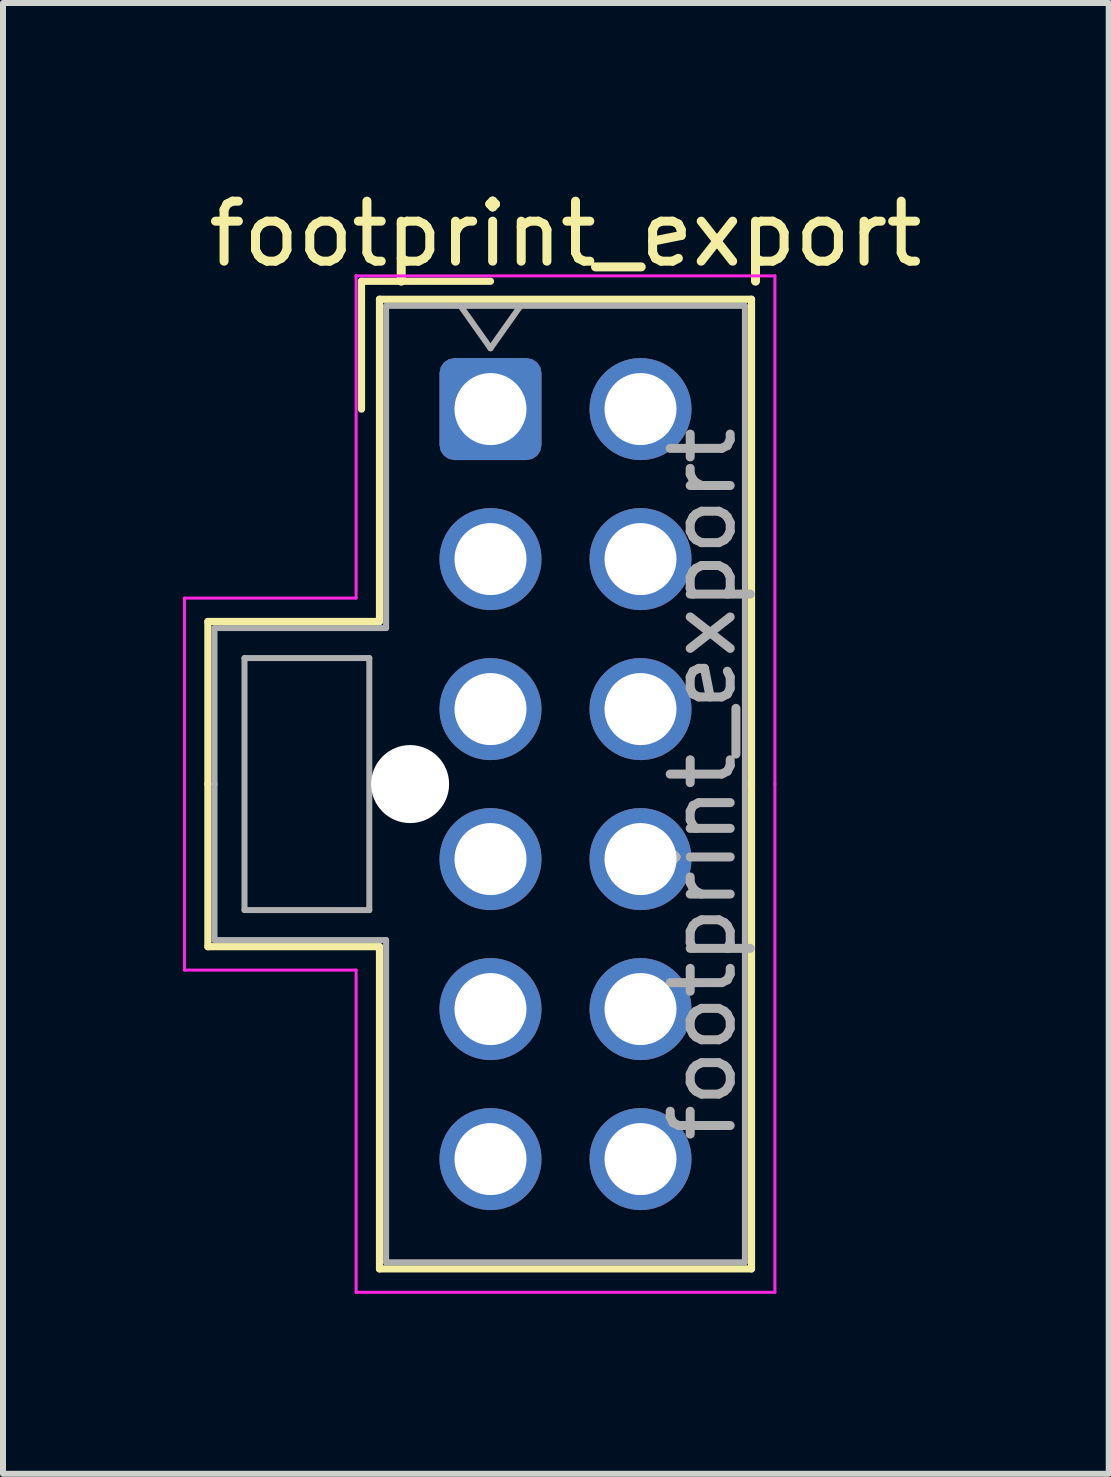
<source format=kicad_pcb>
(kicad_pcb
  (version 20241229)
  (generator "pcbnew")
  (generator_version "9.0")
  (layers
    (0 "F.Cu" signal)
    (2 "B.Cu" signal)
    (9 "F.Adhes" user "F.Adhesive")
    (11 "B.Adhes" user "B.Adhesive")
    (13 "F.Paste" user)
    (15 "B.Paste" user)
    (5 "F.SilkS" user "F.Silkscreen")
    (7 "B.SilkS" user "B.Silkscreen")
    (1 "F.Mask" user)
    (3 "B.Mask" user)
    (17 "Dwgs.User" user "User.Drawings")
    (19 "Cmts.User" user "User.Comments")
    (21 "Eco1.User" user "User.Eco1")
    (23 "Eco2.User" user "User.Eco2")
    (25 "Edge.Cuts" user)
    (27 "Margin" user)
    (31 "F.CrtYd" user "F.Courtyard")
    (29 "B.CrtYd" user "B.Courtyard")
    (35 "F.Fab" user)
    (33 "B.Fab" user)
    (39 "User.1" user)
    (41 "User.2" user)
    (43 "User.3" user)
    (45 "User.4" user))
  (footprint "footprint_export"
    (layer "F.Cu")
    (at 5.125 3.768)
    (property "Reference" "footprint_export" (at 1.25 -2.92 0) (layer "F.SilkS") (effects (font (size 1 1) (thickness 0.15))))
    (attr through_hole)
    (fp_line (start -4.71 3.54) (end -4.71 6.25) (stroke (width 0.12) (type solid)) (layer "F.SilkS"))
    (fp_line (start -4.71 8.96) (end -4.71 6.25) (stroke (width 0.12) (type solid)) (layer "F.SilkS"))
    (fp_line (start -2.15 -2.13) (end -2.15 0) (stroke (width 0.12) (type solid)) (layer "F.SilkS"))
    (fp_line (start -1.85 -1.83) (end -1.85 3.54) (stroke (width 0.12) (type solid)) (layer "F.SilkS"))
    (fp_line (start -1.85 3.54) (end -4.71 3.54) (stroke (width 0.12) (type solid)) (layer "F.SilkS"))
    (fp_line (start -1.85 8.96) (end -4.71 8.96) (stroke (width 0.12) (type solid)) (layer "F.SilkS"))
    (fp_line (start -1.85 14.33) (end -1.85 8.96) (stroke (width 0.12) (type solid)) (layer "F.SilkS"))
    (fp_line (start 0 -2.13) (end -2.15 -2.13) (stroke (width 0.12) (type solid)) (layer "F.SilkS"))
    (fp_line (start 4.35 -1.83) (end -1.85 -1.83) (stroke (width 0.12) (type solid)) (layer "F.SilkS"))
    (fp_line (start 4.35 6.25) (end 4.35 -1.83) (stroke (width 0.12) (type solid)) (layer "F.SilkS"))
    (fp_line (start 4.35 6.25) (end 4.35 14.33) (stroke (width 0.12) (type solid)) (layer "F.SilkS"))
    (fp_line (start 4.35 14.33) (end -1.85 14.33) (stroke (width 0.12) (type solid)) (layer "F.SilkS"))
    (fp_line (start -5.1 3.15) (end -5.1 6.25) (stroke (width 0.05) (type solid)) (layer "F.CrtYd"))
    (fp_line (start -5.1 9.35) (end -5.1 6.25) (stroke (width 0.05) (type solid)) (layer "F.CrtYd"))
    (fp_line (start -2.24 -2.22) (end -2.24 3.15) (stroke (width 0.05) (type solid)) (layer "F.CrtYd"))
    (fp_line (start -2.24 3.15) (end -5.1 3.15) (stroke (width 0.05) (type solid)) (layer "F.CrtYd"))
    (fp_line (start -2.24 9.35) (end -5.1 9.35) (stroke (width 0.05) (type solid)) (layer "F.CrtYd"))
    (fp_line (start -2.24 14.72) (end -2.24 9.35) (stroke (width 0.05) (type solid)) (layer "F.CrtYd"))
    (fp_line (start 4.74 -2.22) (end -2.24 -2.22) (stroke (width 0.05) (type solid)) (layer "F.CrtYd"))
    (fp_line (start 4.74 6.25) (end 4.74 -2.22) (stroke (width 0.05) (type solid)) (layer "F.CrtYd"))
    (fp_line (start 4.74 6.25) (end 4.74 14.72) (stroke (width 0.05) (type solid)) (layer "F.CrtYd"))
    (fp_line (start 4.74 14.72) (end -2.24 14.72) (stroke (width 0.05) (type solid)) (layer "F.CrtYd"))
    (fp_line (start -4.6 3.65) (end -4.6 6.25) (stroke (width 0.1) (type solid)) (layer "F.Fab"))
    (fp_line (start -4.6 8.85) (end -4.6 6.25) (stroke (width 0.1) (type solid)) (layer "F.Fab"))
    (fp_line (start -4.1 4.15) (end -4.1 8.35) (stroke (width 0.1) (type solid)) (layer "F.Fab"))
    (fp_line (start -4.1 8.35) (end -2.02 8.35) (stroke (width 0.1) (type solid)) (layer "F.Fab"))
    (fp_line (start -2.02 4.15) (end -4.1 4.15) (stroke (width 0.1) (type solid)) (layer "F.Fab"))
    (fp_line (start -2.02 8.35) (end -2.02 4.15) (stroke (width 0.1) (type solid)) (layer "F.Fab"))
    (fp_line (start -1.74 -1.72) (end -1.74 3.65) (stroke (width 0.1) (type solid)) (layer "F.Fab"))
    (fp_line (start -1.74 3.65) (end -4.6 3.65) (stroke (width 0.1) (type solid)) (layer "F.Fab"))
    (fp_line (start -1.74 8.85) (end -4.6 8.85) (stroke (width 0.1) (type solid)) (layer "F.Fab"))
    (fp_line (start -1.74 14.22) (end -1.74 8.85) (stroke (width 0.1) (type solid)) (layer "F.Fab"))
    (fp_line (start -0.5 -1.72) (end 0 -1.013) (stroke (width 0.1) (type solid)) (layer "F.Fab"))
    (fp_line (start 0 -1.013) (end 0.5 -1.72) (stroke (width 0.1) (type solid)) (layer "F.Fab"))
    (fp_line (start 4.24 -1.72) (end -1.74 -1.72) (stroke (width 0.1) (type solid)) (layer "F.Fab"))
    (fp_line (start 4.24 6.25) (end 4.24 -1.72) (stroke (width 0.1) (type solid)) (layer "F.Fab"))
    (fp_line (start 4.24 6.25) (end 4.24 14.22) (stroke (width 0.1) (type solid)) (layer "F.Fab"))
    (fp_line (start 4.24 14.22) (end -1.74 14.22) (stroke (width 0.1) (type solid)) (layer "F.Fab"))
    (fp_text user "${REFERENCE}" (at 3.54 6.25 90) (layer "F.Fab") (effects (font (size 1 1) (thickness 0.15))))
    (pad "" np_thru_hole circle (at -1.34 6.25) (size 1.3 1.3) (drill 1.3) (layers "*.Cu" "*.Mask"))
    (pad "1" thru_hole roundrect (at 0 0) (size 1.7 1.7) (drill 1.2) (layers "*.Cu" "*.Mask") (roundrect_rratio 0.147))
    (pad "2" thru_hole circle (at 0 2.5) (size 1.7 1.7) (drill 1.2) (layers "*.Cu" "*.Mask"))
    (pad "3" thru_hole circle (at 0 5) (size 1.7 1.7) (drill 1.2) (layers "*.Cu" "*.Mask"))
    (pad "4" thru_hole circle (at 0 7.5) (size 1.7 1.7) (drill 1.2) (layers "*.Cu" "*.Mask"))
    (pad "5" thru_hole circle (at 0 10) (size 1.7 1.7) (drill 1.2) (layers "*.Cu" "*.Mask"))
    (pad "6" thru_hole circle (at 0 12.5) (size 1.7 1.7) (drill 1.2) (layers "*.Cu" "*.Mask"))
    (pad "7" thru_hole circle (at 2.5 0) (size 1.7 1.7) (drill 1.2) (layers "*.Cu" "*.Mask"))
    (pad "8" thru_hole circle (at 2.5 2.5) (size 1.7 1.7) (drill 1.2) (layers "*.Cu" "*.Mask"))
    (pad "9" thru_hole circle (at 2.5 5) (size 1.7 1.7) (drill 1.2) (layers "*.Cu" "*.Mask"))
    (pad "10" thru_hole circle (at 2.5 7.5) (size 1.7 1.7) (drill 1.2) (layers "*.Cu" "*.Mask"))
    (pad "11" thru_hole circle (at 2.5 10) (size 1.7 1.7) (drill 1.2) (layers "*.Cu" "*.Mask"))
    (pad "12" thru_hole circle (at 2.5 12.5) (size 1.7 1.7) (drill 1.2) (layers "*.Cu" "*.Mask")))
  (gr_rect
    (start -3 -3)
    (end 15.429 21.513)
    (stroke (width 0.1) (type default))
    (fill no)
    (layer "Edge.Cuts")))
</source>
